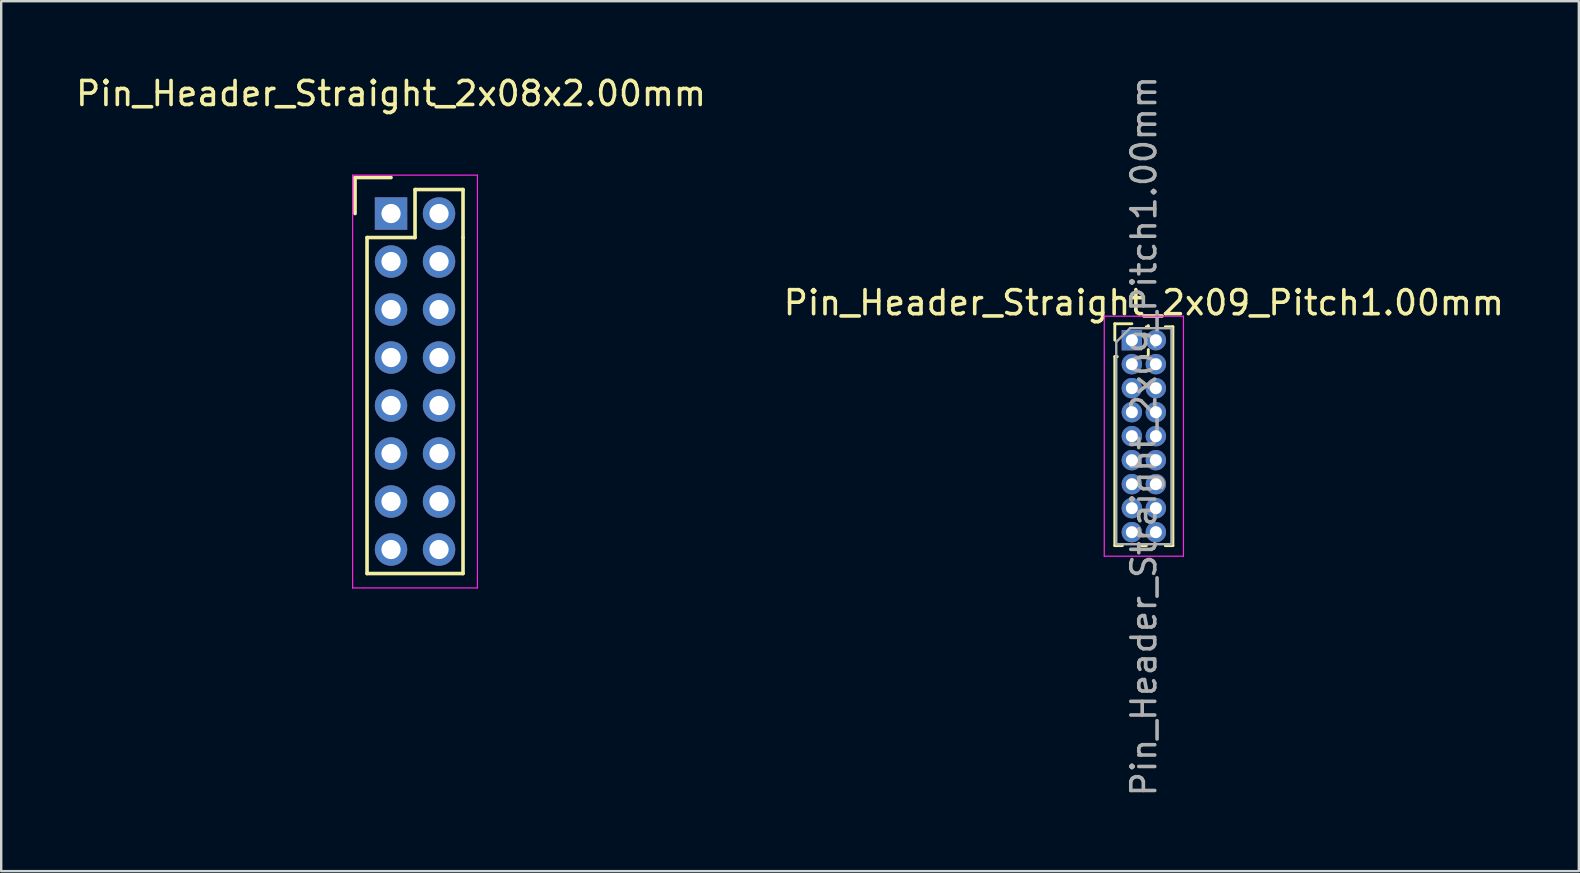
<source format=kicad_pcb>
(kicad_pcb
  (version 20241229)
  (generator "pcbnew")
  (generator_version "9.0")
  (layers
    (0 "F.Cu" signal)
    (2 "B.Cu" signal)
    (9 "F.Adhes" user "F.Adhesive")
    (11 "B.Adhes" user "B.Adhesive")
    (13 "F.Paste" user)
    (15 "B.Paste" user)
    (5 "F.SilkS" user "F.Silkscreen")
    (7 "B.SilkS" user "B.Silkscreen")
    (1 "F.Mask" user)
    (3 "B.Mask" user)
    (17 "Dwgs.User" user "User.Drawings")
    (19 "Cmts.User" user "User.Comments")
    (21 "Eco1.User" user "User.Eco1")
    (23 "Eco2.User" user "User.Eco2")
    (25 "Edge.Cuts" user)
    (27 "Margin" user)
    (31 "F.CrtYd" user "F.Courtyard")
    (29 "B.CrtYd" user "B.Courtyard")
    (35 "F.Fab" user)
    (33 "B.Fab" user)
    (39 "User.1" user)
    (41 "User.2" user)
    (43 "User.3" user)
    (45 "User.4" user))
  (footprint "Pin_Header_Straight_2x09_Pitch1.00mm"
    (layer "F.Cu")
    (at 44.113 11.125)
    (property "Reference" "Pin_Header_Straight_2x09_Pitch1.00mm" (at 0.5 -1.56 0) (layer "F.SilkS") (effects (font (size 1 1) (thickness 0.15))))
    (attr through_hole)
    (fp_line (start -0.71 -0.685) (end 0 -0.685) (stroke (width 0.12) (type solid)) (layer "F.SilkS"))
    (fp_line (start -0.71 0) (end -0.71 -0.685) (stroke (width 0.12) (type solid)) (layer "F.SilkS"))
    (fp_line (start -0.71 0.685) (end -0.71 8.56) (stroke (width 0.12) (type solid)) (layer "F.SilkS"))
    (fp_line (start -0.71 0.685) (end -0.608 0.685) (stroke (width 0.12) (type solid)) (layer "F.SilkS"))
    (fp_line (start -0.71 8.56) (end -0.394 8.56) (stroke (width 0.12) (type solid)) (layer "F.SilkS"))
    (fp_line (start 0.394 8.56) (end 0.606 8.56) (stroke (width 0.12) (type solid)) (layer "F.SilkS"))
    (fp_line (start 0.608 0.685) (end 0.392 0.685) (stroke (width 0.12) (type solid)) (layer "F.SilkS"))
    (fp_line (start 0.685 -0.608) (end 0.685 -0.56) (stroke (width 0.12) (type solid)) (layer "F.SilkS"))
    (fp_line (start 0.685 -0.56) (end 0.606 -0.56) (stroke (width 0.12) (type solid)) (layer "F.SilkS"))
    (fp_line (start 0.685 0.392) (end 0.685 0.608) (stroke (width 0.12) (type solid)) (layer "F.SilkS"))
    (fp_line (start 1.394 -0.56) (end 1.71 -0.56) (stroke (width 0.12) (type solid)) (layer "F.SilkS"))
    (fp_line (start 1.394 8.56) (end 1.71 8.56) (stroke (width 0.12) (type solid)) (layer "F.SilkS"))
    (fp_line (start 1.71 -0.56) (end 1.71 8.56) (stroke (width 0.12) (type solid)) (layer "F.SilkS"))
    (fp_line (start -1.15 -1) (end -1.15 9) (stroke (width 0.05) (type solid)) (layer "F.CrtYd"))
    (fp_line (start -1.15 9) (end 2.15 9) (stroke (width 0.05) (type solid)) (layer "F.CrtYd"))
    (fp_line (start 2.15 -1) (end -1.15 -1) (stroke (width 0.05) (type solid)) (layer "F.CrtYd"))
    (fp_line (start 2.15 9) (end 2.15 -1) (stroke (width 0.05) (type solid)) (layer "F.CrtYd"))
    (fp_line (start -0.65 0.075) (end -0.075 -0.5) (stroke (width 0.1) (type solid)) (layer "F.Fab"))
    (fp_line (start -0.65 8.5) (end -0.65 0.075) (stroke (width 0.1) (type solid)) (layer "F.Fab"))
    (fp_line (start -0.075 -0.5) (end 1.65 -0.5) (stroke (width 0.1) (type solid)) (layer "F.Fab"))
    (fp_line (start 1.65 -0.5) (end 1.65 8.5) (stroke (width 0.1) (type solid)) (layer "F.Fab"))
    (fp_line (start 1.65 8.5) (end -0.65 8.5) (stroke (width 0.1) (type solid)) (layer "F.Fab"))
    (fp_text user "${REFERENCE}" (at 0.5 4 90) (layer "F.Fab") (effects (font (size 1 1) (thickness 0.15))))
    (pad "1" thru_hole rect (at 0 0) (size 0.85 0.85) (drill 0.5) (layers "*.Cu" "*.Mask"))
    (pad "2" thru_hole oval (at 1 0) (size 0.85 0.85) (drill 0.5) (layers "*.Cu" "*.Mask"))
    (pad "3" thru_hole oval (at 0 1) (size 0.85 0.85) (drill 0.5) (layers "*.Cu" "*.Mask"))
    (pad "4" thru_hole oval (at 1 1) (size 0.85 0.85) (drill 0.5) (layers "*.Cu" "*.Mask"))
    (pad "5" thru_hole oval (at 0 2) (size 0.85 0.85) (drill 0.5) (layers "*.Cu" "*.Mask"))
    (pad "6" thru_hole oval (at 1 2) (size 0.85 0.85) (drill 0.5) (layers "*.Cu" "*.Mask"))
    (pad "7" thru_hole oval (at 0 3) (size 0.85 0.85) (drill 0.5) (layers "*.Cu" "*.Mask"))
    (pad "8" thru_hole oval (at 1 3) (size 0.85 0.85) (drill 0.5) (layers "*.Cu" "*.Mask"))
    (pad "9" thru_hole oval (at 0 4) (size 0.85 0.85) (drill 0.5) (layers "*.Cu" "*.Mask"))
    (pad "10" thru_hole oval (at 1 4) (size 0.85 0.85) (drill 0.5) (layers "*.Cu" "*.Mask"))
    (pad "11" thru_hole oval (at 0 5) (size 0.85 0.85) (drill 0.5) (layers "*.Cu" "*.Mask"))
    (pad "12" thru_hole oval (at 1 5) (size 0.85 0.85) (drill 0.5) (layers "*.Cu" "*.Mask"))
    (pad "13" thru_hole oval (at 0 6) (size 0.85 0.85) (drill 0.5) (layers "*.Cu" "*.Mask"))
    (pad "14" thru_hole oval (at 1 6) (size 0.85 0.85) (drill 0.5) (layers "*.Cu" "*.Mask"))
    (pad "15" thru_hole oval (at 0 7) (size 0.85 0.85) (drill 0.5) (layers "*.Cu" "*.Mask"))
    (pad "16" thru_hole oval (at 1 7) (size 0.85 0.85) (drill 0.5) (layers "*.Cu" "*.Mask"))
    (pad "17" thru_hole oval (at 0 8) (size 0.85 0.85) (drill 0.5) (layers "*.Cu" "*.Mask"))
    (pad "18" thru_hole oval (at 1 8) (size 0.85 0.85) (drill 0.5) (layers "*.Cu" "*.Mask")))
  (footprint "Pin_Header_Straight_2x08x2.00mm"
    (layer "F.Cu")
    (at 13.244 5.848)
    (property "Reference" "Pin_Header_Straight_2x08x2.00mm" (at 0 -5 0) (layer "F.SilkS") (effects (font (size 1 1) (thickness 0.15))))
    (attr through_hole)
    (fp_line (start -1.5 -1.5) (end 0 -1.5) (stroke (width 0.15) (type solid)) (layer "F.SilkS"))
    (fp_line (start -1.5 0) (end -1.5 -1.5) (stroke (width 0.15) (type solid)) (layer "F.SilkS"))
    (fp_line (start -1 1) (end 1 1) (stroke (width 0.15) (type solid)) (layer "F.SilkS"))
    (fp_line (start -1 15) (end -1 1) (stroke (width 0.15) (type solid)) (layer "F.SilkS"))
    (fp_line (start 1 -1) (end 3 -1) (stroke (width 0.15) (type solid)) (layer "F.SilkS"))
    (fp_line (start 1 1) (end 1 -1) (stroke (width 0.15) (type solid)) (layer "F.SilkS"))
    (fp_line (start 3 -1) (end 3 1) (stroke (width 0.15) (type solid)) (layer "F.SilkS"))
    (fp_line (start 3 1) (end 3 15) (stroke (width 0.15) (type solid)) (layer "F.SilkS"))
    (fp_line (start 3 15) (end -1 15) (stroke (width 0.15) (type solid)) (layer "F.SilkS"))
    (fp_line (start -1.6 -1.6) (end 3.6 -1.6) (stroke (width 0.05) (type solid)) (layer "F.CrtYd"))
    (fp_line (start -1.6 15.6) (end -1.6 -1.6) (stroke (width 0.05) (type solid)) (layer "F.CrtYd"))
    (fp_line (start 3.6 -1.6) (end 3.6 15.6) (stroke (width 0.05) (type solid)) (layer "F.CrtYd"))
    (fp_line (start 3.6 15.6) (end -1.6 15.6) (stroke (width 0.05) (type solid)) (layer "F.CrtYd"))
    (pad "1" thru_hole rect (at 0 0) (size 1.35 1.35) (drill 0.8) (layers "*.Cu" "*.Mask"))
    (pad "2" thru_hole circle (at 2 0) (size 1.35 1.35) (drill 0.8) (layers "*.Cu" "*.Mask"))
    (pad "3" thru_hole circle (at 0 2) (size 1.35 1.35) (drill 0.8) (layers "*.Cu" "*.Mask"))
    (pad "4" thru_hole circle (at 2 2) (size 1.35 1.35) (drill 0.8) (layers "*.Cu" "*.Mask"))
    (pad "5" thru_hole circle (at 0 4) (size 1.35 1.35) (drill 0.8) (layers "*.Cu" "*.Mask"))
    (pad "6" thru_hole circle (at 2 4) (size 1.35 1.35) (drill 0.8) (layers "*.Cu" "*.Mask"))
    (pad "7" thru_hole circle (at 0 6) (size 1.35 1.35) (drill 0.8) (layers "*.Cu" "*.Mask"))
    (pad "8" thru_hole circle (at 2 6) (size 1.35 1.35) (drill 0.8) (layers "*.Cu" "*.Mask"))
    (pad "9" thru_hole circle (at 0 8) (size 1.35 1.35) (drill 0.8) (layers "*.Cu" "*.Mask"))
    (pad "10" thru_hole circle (at 2 8) (size 1.35 1.35) (drill 0.8) (layers "*.Cu" "*.Mask"))
    (pad "11" thru_hole circle (at 0 10) (size 1.35 1.35) (drill 0.8) (layers "*.Cu" "*.Mask"))
    (pad "12" thru_hole circle (at 2 10) (size 1.35 1.35) (drill 0.8) (layers "*.Cu" "*.Mask"))
    (pad "13" thru_hole circle (at 0 12) (size 1.35 1.35) (drill 0.8) (layers "*.Cu" "*.Mask"))
    (pad "14" thru_hole circle (at 2 12) (size 1.35 1.35) (drill 0.8) (layers "*.Cu" "*.Mask"))
    (pad "15" thru_hole circle (at 0 14) (size 1.35 1.35) (drill 0.8) (layers "*.Cu" "*.Mask"))
    (pad "16" thru_hole circle (at 2 14) (size 1.35 1.35) (drill 0.8) (layers "*.Cu" "*.Mask")))
  (gr_rect
    (start -3 -3)
    (end 62.738 33.25)
    (stroke (width 0.1) (type default))
    (fill no)
    (layer "Edge.Cuts")))
</source>
